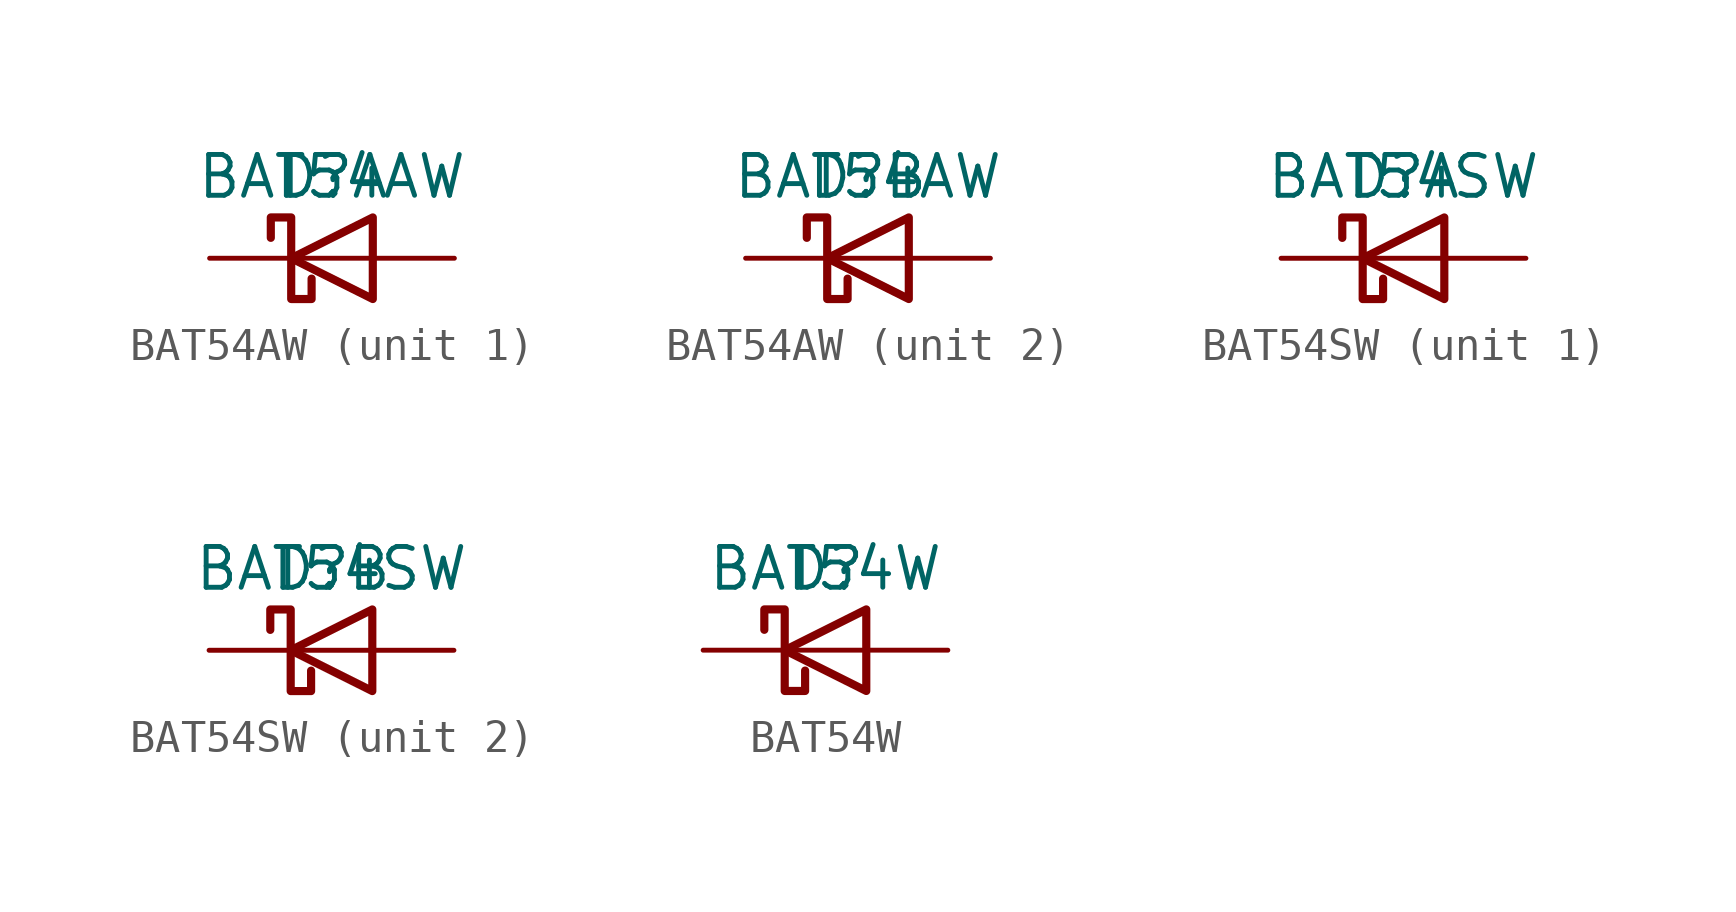
<source format=kicad_sym>
(kicad_symbol_lib
  (version 20211014)
  (generator kicad_symbol_editor)
  (symbol "BAT54AW"
    (pin_numbers hide)
    (pin_names
      (offset 0) hide)
    (property "Reference" "D"
      (at 0 2.54 0)
      (effects (font (size 1.27 1.27))))
    (property "Value" "BAT54AW"
      (at 0 2.54 0)
      (effects (font (size 1.27 1.27))))
    (symbol "BAT54AW_0_1"
      (polyline (pts (xy 1.27 0) (xy -1.27 0)) (stroke (width 0) (type default) (color 0 0 0 0)) (fill (type none)))
      (polyline (pts (xy 1.27 1.27) (xy 1.27 -1.27) (xy -1.27 0) (xy 1.27 1.27)) (stroke (width 0.254) (type default) (color 0 0 0 0)) (fill (type none)))
      (polyline (pts (xy -1.905 0.635) (xy -1.905 1.27) (xy -1.27 1.27) (xy -1.27 -1.27) (xy -0.635 -1.27) (xy -0.635 -0.635)) (stroke (width 0.254) (type default) (color 0 0 0 0)) (fill (type none))))
    (symbol "BAT54AW_1_1"
      (pin passive line (at -3.81 0 0) (length 2.54) (name "" (effects (font (size 1.27 1.27)))) (number "1" (effects (font (size 1.27 1.27)))))
      (pin passive line (at 3.81 0 180) (length 2.54) (name "" (effects (font (size 1.27 1.27)))) (number "3" (effects (font (size 1.27 1.27))))))
    (symbol "BAT54AW_2_1"
      (pin passive line (at -3.81 0 0) (length 2.54) (name "" (effects (font (size 1.27 1.27)))) (number "2" (effects (font (size 1.27 1.27)))))
      (pin passive line (at 3.81 0 180) (length 2.54) (name "" (effects (font (size 1.27 1.27)))) (number "3" (effects (font (size 1.27 1.27)))))))
  (symbol "BAT54SW"
    (pin_numbers hide)
    (pin_names
      (offset 0) hide)
    (property "Reference" "D"
      (at 0 2.54 0)
      (effects (font (size 1.27 1.27))))
    (property "Value" "BAT54SW"
      (at 0 2.54 0)
      (effects (font (size 1.27 1.27))))
    (symbol "BAT54SW_0_1"
      (polyline (pts (xy 1.27 0) (xy -1.27 0)) (stroke (width 0) (type default) (color 0 0 0 0)) (fill (type none)))
      (polyline (pts (xy 1.27 1.27) (xy 1.27 -1.27) (xy -1.27 0) (xy 1.27 1.27)) (stroke (width 0.254) (type default) (color 0 0 0 0)) (fill (type none)))
      (polyline (pts (xy -1.905 0.635) (xy -1.905 1.27) (xy -1.27 1.27) (xy -1.27 -1.27) (xy -0.635 -1.27) (xy -0.635 -0.635)) (stroke (width 0.254) (type default) (color 0 0 0 0)) (fill (type none))))
    (symbol "BAT54SW_1_1"
      (pin passive line (at 3.81 0 180) (length 2.54) (name "" (effects (font (size 1.27 1.27)))) (number "1" (effects (font (size 1.27 1.27)))))
      (pin passive line (at -3.81 0 0) (length 2.54) (name "" (effects (font (size 1.27 1.27)))) (number "3" (effects (font (size 1.27 1.27))))))
    (symbol "BAT54SW_2_1"
      (pin passive line (at -3.81 0 0) (length 2.54) (name "" (effects (font (size 1.27 1.27)))) (number "2" (effects (font (size 1.27 1.27)))))
      (pin passive line (at 3.81 0 180) (length 2.54) (name "" (effects (font (size 1.27 1.27)))) (number "3" (effects (font (size 1.27 1.27)))))))
  (symbol "BAT54W"
    (pin_numbers hide)
    (pin_names hide)
    (property "Reference" "D"
      (at 0 2.54 0)
      (effects (font (size 1.27 1.27))))
    (property "Value" "BAT54W"
      (at 0 2.54 0)
      (effects (font (size 1.27 1.27))))
    (symbol "BAT54W_0_1"
      (polyline (pts (xy 1.27 0) (xy -1.27 0)) (stroke (width 0) (type default) (color 0 0 0 0)) (fill (type none)))
      (polyline (pts (xy 1.27 1.27) (xy 1.27 -1.27) (xy -1.27 0) (xy 1.27 1.27)) (stroke (width 0.254) (type default) (color 0 0 0 0)) (fill (type none)))
      (polyline (pts (xy -1.905 0.635) (xy -1.905 1.27) (xy -1.27 1.27) (xy -1.27 -1.27) (xy -0.635 -1.27) (xy -0.635 -0.635)) (stroke (width 0.254) (type default) (color 0 0 0 0)) (fill (type none))))
    (symbol "BAT54W_1_1"
      (pin passive line (at 3.81 0 180) (length 2.54) (name "" (effects (font (size 1.27 1.27)))) (number "1" (effects (font (size 1.27 1.27)))))
      (pin passive line (at -3.81 0 0) (length 2.54) (name "" (effects (font (size 1.27 1.27)))) (number "3" (effects (font (size 1.27 1.27))))))))
</source>
